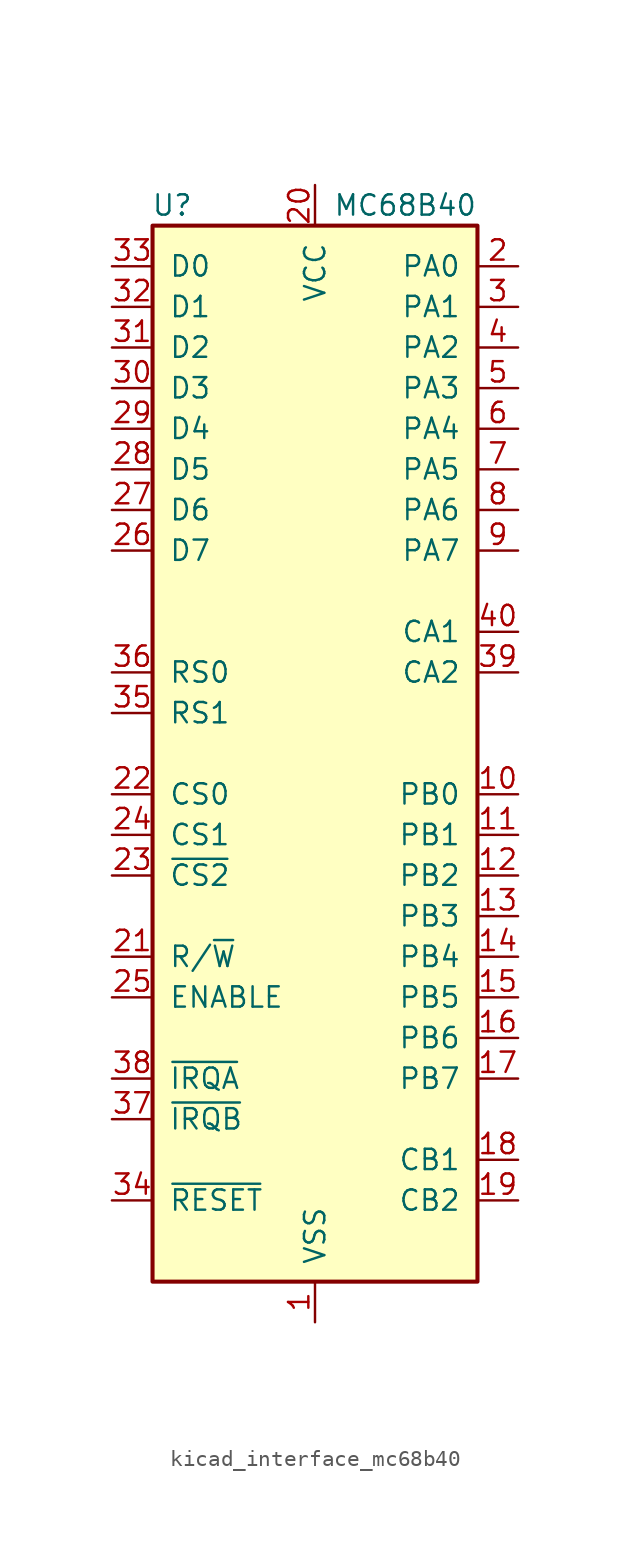
<source format=kicad_sym>
(kicad_symbol_lib
  (version 20220914)
  (generator kicad_symbol_editor)
  (symbol "kicad_interface_mc68b40"
    (pin_names
      (offset 1.016))
    (property "Reference" "U"
      (at -7.62 34.29 0)
      (effects (font (size 1.27 1.27)) (justify right)))
    (property "Value" "MC68B40"
      (at 10.16 34.29 0)
      (effects (font (size 1.27 1.27)) (justify right)))
    (symbol "kicad_interface_mc68b40_0_1"
      (rectangle (start -10.16 -33.02) (end 10.16 33.02) (stroke (width 0.254) (type default)) (fill (type background))))
    (symbol "kicad_interface_mc68b40_1_1"
      (pin power_in line (at 0 -35.56 90) (length 2.54) (name "VSS" (effects (font (size 1.27 1.27)))) (number "1" (effects (font (size 1.27 1.27)))))
      (pin bidirectional line (at 12.7 -2.54 180) (length 2.54) (name "PB0" (effects (font (size 1.27 1.27)))) (number "10" (effects (font (size 1.27 1.27)))))
      (pin bidirectional line (at 12.7 -5.08 180) (length 2.54) (name "PB1" (effects (font (size 1.27 1.27)))) (number "11" (effects (font (size 1.27 1.27)))))
      (pin bidirectional line (at 12.7 -7.62 180) (length 2.54) (name "PB2" (effects (font (size 1.27 1.27)))) (number "12" (effects (font (size 1.27 1.27)))))
      (pin bidirectional line (at 12.7 -10.16 180) (length 2.54) (name "PB3" (effects (font (size 1.27 1.27)))) (number "13" (effects (font (size 1.27 1.27)))))
      (pin bidirectional line (at 12.7 -12.7 180) (length 2.54) (name "PB4" (effects (font (size 1.27 1.27)))) (number "14" (effects (font (size 1.27 1.27)))))
      (pin bidirectional line (at 12.7 -15.24 180) (length 2.54) (name "PB5" (effects (font (size 1.27 1.27)))) (number "15" (effects (font (size 1.27 1.27)))))
      (pin bidirectional line (at 12.7 -17.78 180) (length 2.54) (name "PB6" (effects (font (size 1.27 1.27)))) (number "16" (effects (font (size 1.27 1.27)))))
      (pin bidirectional line (at 12.7 -20.32 180) (length 2.54) (name "PB7" (effects (font (size 1.27 1.27)))) (number "17" (effects (font (size 1.27 1.27)))))
      (pin input line (at 12.7 -25.4 180) (length 2.54) (name "CB1" (effects (font (size 1.27 1.27)))) (number "18" (effects (font (size 1.27 1.27)))))
      (pin bidirectional line (at 12.7 -27.94 180) (length 2.54) (name "CB2" (effects (font (size 1.27 1.27)))) (number "19" (effects (font (size 1.27 1.27)))))
      (pin bidirectional line (at 12.7 30.48 180) (length 2.54) (name "PA0" (effects (font (size 1.27 1.27)))) (number "2" (effects (font (size 1.27 1.27)))))
      (pin power_in line (at 0 35.56 270) (length 2.54) (name "VCC" (effects (font (size 1.27 1.27)))) (number "20" (effects (font (size 1.27 1.27)))))
      (pin input line (at -12.7 -12.7 0) (length 2.54) (name "R/~{W}" (effects (font (size 1.27 1.27)))) (number "21" (effects (font (size 1.27 1.27)))))
      (pin input line (at -12.7 -2.54 0) (length 2.54) (name "CS0" (effects (font (size 1.27 1.27)))) (number "22" (effects (font (size 1.27 1.27)))))
      (pin input line (at -12.7 -7.62 0) (length 2.54) (name "~{CS2}" (effects (font (size 1.27 1.27)))) (number "23" (effects (font (size 1.27 1.27)))))
      (pin input line (at -12.7 -5.08 0) (length 2.54) (name "CS1" (effects (font (size 1.27 1.27)))) (number "24" (effects (font (size 1.27 1.27)))))
      (pin input line (at -12.7 -15.24 0) (length 2.54) (name "ENABLE" (effects (font (size 1.27 1.27)))) (number "25" (effects (font (size 1.27 1.27)))))
      (pin bidirectional line (at -12.7 12.7 0) (length 2.54) (name "D7" (effects (font (size 1.27 1.27)))) (number "26" (effects (font (size 1.27 1.27)))))
      (pin bidirectional line (at -12.7 15.24 0) (length 2.54) (name "D6" (effects (font (size 1.27 1.27)))) (number "27" (effects (font (size 1.27 1.27)))))
      (pin bidirectional line (at -12.7 17.78 0) (length 2.54) (name "D5" (effects (font (size 1.27 1.27)))) (number "28" (effects (font (size 1.27 1.27)))))
      (pin bidirectional line (at -12.7 20.32 0) (length 2.54) (name "D4" (effects (font (size 1.27 1.27)))) (number "29" (effects (font (size 1.27 1.27)))))
      (pin bidirectional line (at 12.7 27.94 180) (length 2.54) (name "PA1" (effects (font (size 1.27 1.27)))) (number "3" (effects (font (size 1.27 1.27)))))
      (pin bidirectional line (at -12.7 22.86 0) (length 2.54) (name "D3" (effects (font (size 1.27 1.27)))) (number "30" (effects (font (size 1.27 1.27)))))
      (pin bidirectional line (at -12.7 25.4 0) (length 2.54) (name "D2" (effects (font (size 1.27 1.27)))) (number "31" (effects (font (size 1.27 1.27)))))
      (pin bidirectional line (at -12.7 27.94 0) (length 2.54) (name "D1" (effects (font (size 1.27 1.27)))) (number "32" (effects (font (size 1.27 1.27)))))
      (pin bidirectional line (at -12.7 30.48 0) (length 2.54) (name "D0" (effects (font (size 1.27 1.27)))) (number "33" (effects (font (size 1.27 1.27)))))
      (pin input line (at -12.7 -27.94 0) (length 2.54) (name "~{RESET}" (effects (font (size 1.27 1.27)))) (number "34" (effects (font (size 1.27 1.27)))))
      (pin input line (at -12.7 2.54 0) (length 2.54) (name "RS1" (effects (font (size 1.27 1.27)))) (number "35" (effects (font (size 1.27 1.27)))))
      (pin input line (at -12.7 5.08 0) (length 2.54) (name "RS0" (effects (font (size 1.27 1.27)))) (number "36" (effects (font (size 1.27 1.27)))))
      (pin open_collector line (at -12.7 -22.86 0) (length 2.54) (name "~{IRQB}" (effects (font (size 1.27 1.27)))) (number "37" (effects (font (size 1.27 1.27)))))
      (pin open_collector line (at -12.7 -20.32 0) (length 2.54) (name "~{IRQA}" (effects (font (size 1.27 1.27)))) (number "38" (effects (font (size 1.27 1.27)))))
      (pin bidirectional line (at 12.7 5.08 180) (length 2.54) (name "CA2" (effects (font (size 1.27 1.27)))) (number "39" (effects (font (size 1.27 1.27)))))
      (pin bidirectional line (at 12.7 25.4 180) (length 2.54) (name "PA2" (effects (font (size 1.27 1.27)))) (number "4" (effects (font (size 1.27 1.27)))))
      (pin input line (at 12.7 7.62 180) (length 2.54) (name "CA1" (effects (font (size 1.27 1.27)))) (number "40" (effects (font (size 1.27 1.27)))))
      (pin bidirectional line (at 12.7 22.86 180) (length 2.54) (name "PA3" (effects (font (size 1.27 1.27)))) (number "5" (effects (font (size 1.27 1.27)))))
      (pin bidirectional line (at 12.7 20.32 180) (length 2.54) (name "PA4" (effects (font (size 1.27 1.27)))) (number "6" (effects (font (size 1.27 1.27)))))
      (pin bidirectional line (at 12.7 17.78 180) (length 2.54) (name "PA5" (effects (font (size 1.27 1.27)))) (number "7" (effects (font (size 1.27 1.27)))))
      (pin bidirectional line (at 12.7 15.24 180) (length 2.54) (name "PA6" (effects (font (size 1.27 1.27)))) (number "8" (effects (font (size 1.27 1.27)))))
      (pin bidirectional line (at 12.7 12.7 180) (length 2.54) (name "PA7" (effects (font (size 1.27 1.27)))) (number "9" (effects (font (size 1.27 1.27))))))))
</source>
